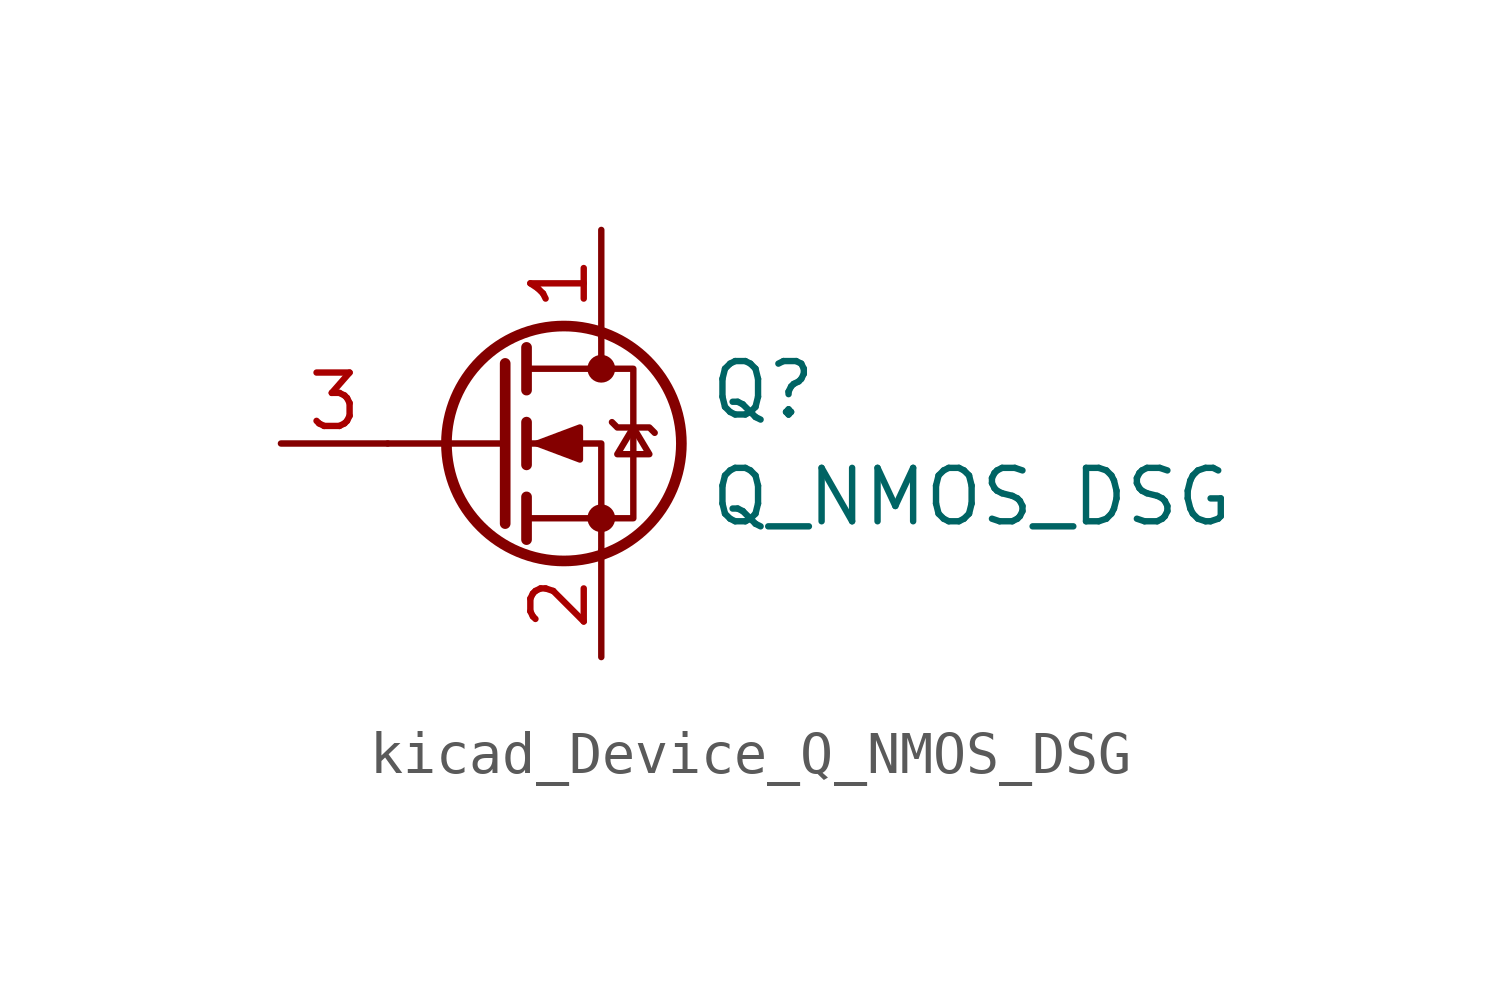
<source format=kicad_sym>
(kicad_symbol_lib
  (version 20220914)
  (generator kicad_symbol_editor)
  (symbol "kicad_Device_Q_NMOS_DSG"
    (pin_names
      (offset 0) hide)
    (property "Reference" "Q"
      (at 5.08 1.27 0)
      (effects (font (size 1.27 1.27)) (justify left)))
    (property "Value" "Q_NMOS_DSG"
      (at 5.08 -1.27 0)
      (effects (font (size 1.27 1.27)) (justify left)))
    (symbol "kicad_Device_Q_NMOS_DSG_0_1"
      (polyline (pts (xy 0.254 0) (xy -2.54 0)) (stroke (width 0) (type default)) (fill (type none)))
      (polyline (pts (xy 0.254 1.905) (xy 0.254 -1.905)) (stroke (width 0.254) (type default)) (fill (type none)))
      (polyline (pts (xy 0.762 -1.27) (xy 0.762 -2.286)) (stroke (width 0.254) (type default)) (fill (type none)))
      (polyline (pts (xy 0.762 0.508) (xy 0.762 -0.508)) (stroke (width 0.254) (type default)) (fill (type none)))
      (polyline (pts (xy 0.762 2.286) (xy 0.762 1.27)) (stroke (width 0.254) (type default)) (fill (type none)))
      (polyline (pts (xy 2.54 2.54) (xy 2.54 1.778)) (stroke (width 0) (type default)) (fill (type none)))
      (polyline (pts (xy 2.54 -2.54) (xy 2.54 0) (xy 0.762 0)) (stroke (width 0) (type default)) (fill (type none)))
      (polyline (pts (xy 0.762 -1.778) (xy 3.302 -1.778) (xy 3.302 1.778) (xy 0.762 1.778)) (stroke (width 0) (type default)) (fill (type none)))
      (polyline (pts (xy 1.016 0) (xy 2.032 0.381) (xy 2.032 -0.381) (xy 1.016 0)) (stroke (width 0) (type default)) (fill (type outline)))
      (polyline (pts (xy 2.794 0.508) (xy 2.921 0.381) (xy 3.683 0.381) (xy 3.81 0.254)) (stroke (width 0) (type default)) (fill (type none)))
      (polyline (pts (xy 3.302 0.381) (xy 2.921 -0.254) (xy 3.683 -0.254) (xy 3.302 0.381)) (stroke (width 0) (type default)) (fill (type none)))
      (circle (center 1.651 0) (radius 2.794) (stroke (width 0.254) (type default)) (fill (type none)))
      (circle (center 2.54 -1.778) (radius 0.254) (stroke (width 0) (type default)) (fill (type outline)))
      (circle (center 2.54 1.778) (radius 0.254) (stroke (width 0) (type default)) (fill (type outline))))
    (symbol "kicad_Device_Q_NMOS_DSG_1_1"
      (pin passive line (at 2.54 5.08 270) (length 2.54) (name "D" (effects (font (size 1.27 1.27)))) (number "1" (effects (font (size 1.27 1.27)))))
      (pin passive line (at 2.54 -5.08 90) (length 2.54) (name "S" (effects (font (size 1.27 1.27)))) (number "2" (effects (font (size 1.27 1.27)))))
      (pin input line (at -5.08 0 0) (length 2.54) (name "G" (effects (font (size 1.27 1.27)))) (number "3" (effects (font (size 1.27 1.27))))))))
</source>
